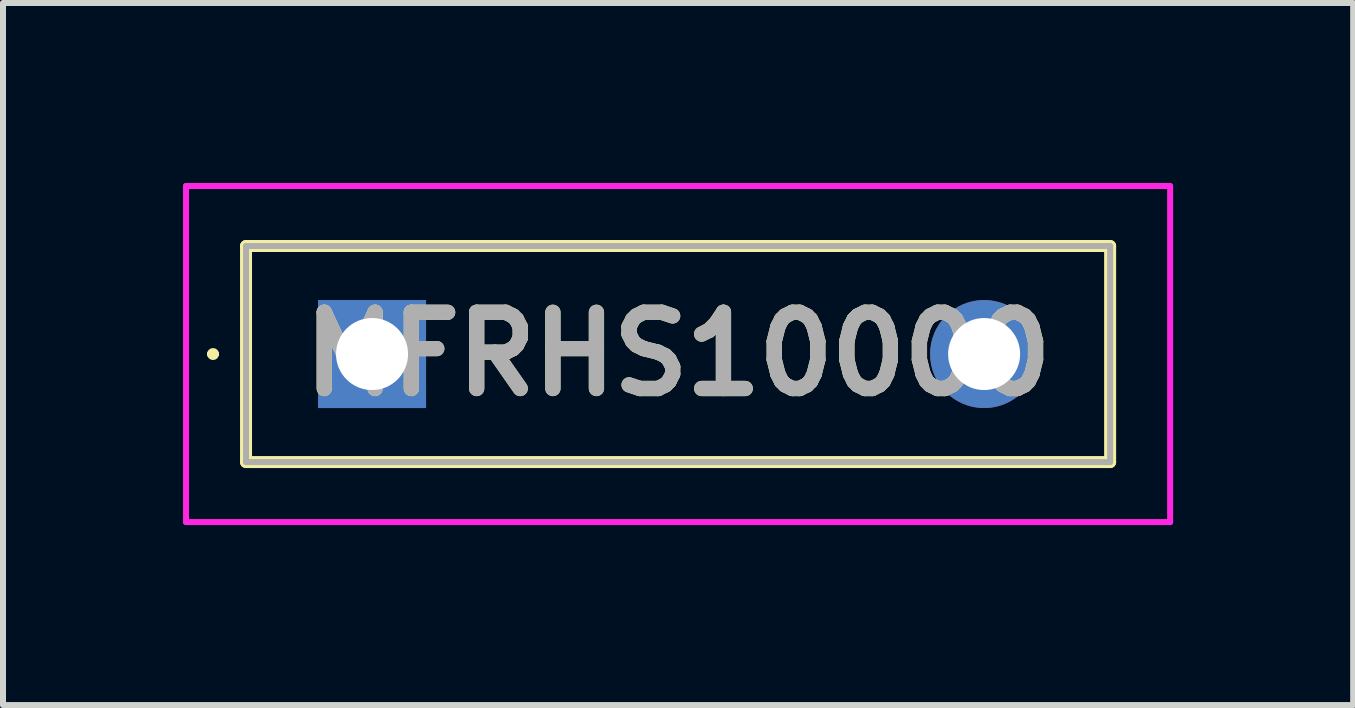
<source format=kicad_pcb>
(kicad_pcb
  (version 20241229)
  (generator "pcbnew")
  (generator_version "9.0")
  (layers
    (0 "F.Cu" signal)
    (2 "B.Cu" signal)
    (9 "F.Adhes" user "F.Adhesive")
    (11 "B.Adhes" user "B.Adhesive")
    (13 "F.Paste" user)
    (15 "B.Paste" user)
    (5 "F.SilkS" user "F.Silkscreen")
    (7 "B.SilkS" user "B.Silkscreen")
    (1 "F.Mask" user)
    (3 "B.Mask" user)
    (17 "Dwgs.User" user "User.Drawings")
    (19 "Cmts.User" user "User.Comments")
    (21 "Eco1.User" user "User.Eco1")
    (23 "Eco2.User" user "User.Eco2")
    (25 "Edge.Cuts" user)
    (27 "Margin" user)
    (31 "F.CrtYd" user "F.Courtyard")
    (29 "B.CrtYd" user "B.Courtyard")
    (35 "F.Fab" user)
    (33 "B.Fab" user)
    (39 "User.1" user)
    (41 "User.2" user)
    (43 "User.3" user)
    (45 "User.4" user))
  (footprint "MFRHS10000"
    (layer "F.Cu")
    (at 3.15 2.85)
    (property "Reference" "MFRHS10000" (at 5.1 0 0) (layer "F.SilkS") (effects (font (size 1.27 1.27) (thickness 0.254))))
    (attr through_hole)
    (fp_line (start -2.7 0) (end -2.7 0) (stroke (width 0.1) (type solid)) (layer "F.SilkS"))
    (fp_line (start -2.6 0) (end -2.6 0) (stroke (width 0.1) (type solid)) (layer "F.SilkS"))
    (fp_line (start -2.1 -1.8) (end 12.3 -1.8) (stroke (width 0.2) (type solid)) (layer "F.SilkS"))
    (fp_line (start -2.1 1.8) (end -2.1 -1.8) (stroke (width 0.2) (type solid)) (layer "F.SilkS"))
    (fp_line (start 12.3 -1.8) (end 12.3 1.8) (stroke (width 0.2) (type solid)) (layer "F.SilkS"))
    (fp_line (start 12.3 1.8) (end -2.1 1.8) (stroke (width 0.2) (type solid)) (layer "F.SilkS"))
    (fp_arc (start -2.7 0) (mid -2.65 -0.05) (end -2.6 0) (stroke (width 0.1) (type solid)) (layer "F.SilkS"))
    (fp_arc (start -2.6 0) (mid -2.65 0.05) (end -2.7 0) (stroke (width 0.1) (type solid)) (layer "F.SilkS"))
    (fp_line (start -3.1 -2.8) (end 13.3 -2.8) (stroke (width 0.1) (type solid)) (layer "F.CrtYd"))
    (fp_line (start -3.1 2.8) (end -3.1 -2.8) (stroke (width 0.1) (type solid)) (layer "F.CrtYd"))
    (fp_line (start 13.3 -2.8) (end 13.3 2.8) (stroke (width 0.1) (type solid)) (layer "F.CrtYd"))
    (fp_line (start 13.3 2.8) (end -3.1 2.8) (stroke (width 0.1) (type solid)) (layer "F.CrtYd"))
    (fp_line (start -2.1 -1.8) (end -2.1 1.8) (stroke (width 0.1) (type solid)) (layer "F.Fab"))
    (fp_line (start -2.1 1.8) (end 12.3 1.8) (stroke (width 0.1) (type solid)) (layer "F.Fab"))
    (fp_line (start 12.3 -1.8) (end -2.1 -1.8) (stroke (width 0.1) (type solid)) (layer "F.Fab"))
    (fp_line (start 12.3 1.8) (end 12.3 -1.8) (stroke (width 0.1) (type solid)) (layer "F.Fab"))
    (fp_text user "${REFERENCE}" (at 5.1 0 0) (layer "F.Fab") (effects (font (size 1.27 1.27) (thickness 0.254))))
    (pad "1" thru_hole rect (at 0 0) (size 1.8 1.8) (drill 1.2) (layers "*.Cu" "*.Mask"))
    (pad "2" thru_hole circle (at 10.2 0) (size 1.8 1.8) (drill 1.2) (layers "*.Cu" "*.Mask")))
  (gr_rect
    (start -3 -3)
    (end 19.5 8.7)
    (stroke (width 0.1) (type default))
    (fill no)
    (layer "Edge.Cuts")))
</source>
